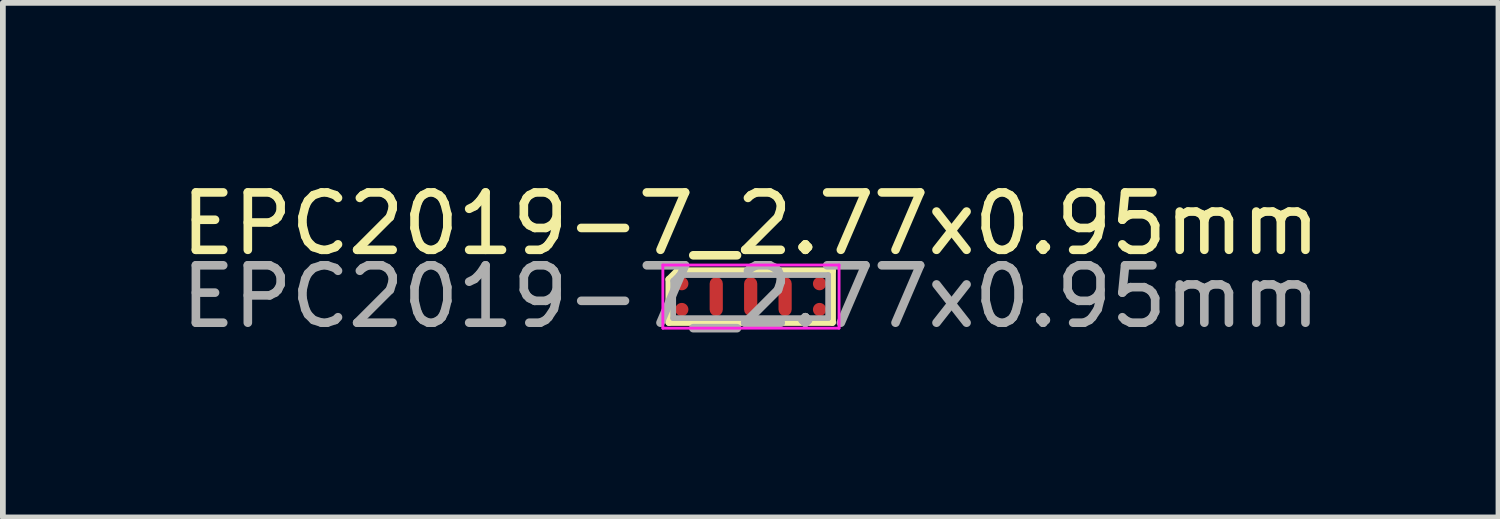
<source format=kicad_pcb>
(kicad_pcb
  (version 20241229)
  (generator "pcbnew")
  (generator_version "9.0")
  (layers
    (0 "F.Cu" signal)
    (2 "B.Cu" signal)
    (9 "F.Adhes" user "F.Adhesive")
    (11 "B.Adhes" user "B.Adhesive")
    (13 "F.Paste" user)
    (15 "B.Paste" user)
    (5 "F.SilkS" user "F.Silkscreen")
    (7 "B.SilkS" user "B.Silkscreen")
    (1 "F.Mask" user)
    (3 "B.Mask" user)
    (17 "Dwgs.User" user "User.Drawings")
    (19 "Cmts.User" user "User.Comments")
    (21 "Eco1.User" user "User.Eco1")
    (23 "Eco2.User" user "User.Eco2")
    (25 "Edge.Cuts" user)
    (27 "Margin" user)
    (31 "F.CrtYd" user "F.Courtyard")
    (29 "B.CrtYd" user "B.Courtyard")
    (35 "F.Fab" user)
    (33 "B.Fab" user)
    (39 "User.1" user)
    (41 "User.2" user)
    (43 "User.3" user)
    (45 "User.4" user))
  (footprint "EPC2019-7_2.77x0.95mm"
    (layer "F.Cu")
    (at 10.03 2.118)
    (property "Reference" "EPC2019-7_2.77x0.95mm" (at 0 -1.27 0) (layer "F.SilkS") (effects (font (size 1 1) (thickness 0.15))))
    (attr smd)
    (fp_line (start -1.425 -0.3) (end -1.275 -0.45) (stroke (width 0.12) (type default)) (layer "F.SilkS"))
    (fp_line (start -1.425 0.45) (end -1.425 -0.3) (stroke (width 0.12) (type default)) (layer "F.SilkS"))
    (fp_line (start -1.275 -0.45) (end 1.425 -0.45) (stroke (width 0.12) (type default)) (layer "F.SilkS"))
    (fp_line (start 1.425 -0.45) (end 1.425 0.45) (stroke (width 0.12) (type default)) (layer "F.SilkS"))
    (fp_line (start 1.425 0.45) (end -1.425 0.45) (stroke (width 0.12) (type default)) (layer "F.SilkS"))
    (fp_line (start -1.53 -0.55) (end -1.53 0.55) (stroke (width 0.05) (type default)) (layer "F.CrtYd"))
    (fp_line (start -1.53 0.55) (end 1.54 0.55) (stroke (width 0.05) (type default)) (layer "F.CrtYd"))
    (fp_line (start 1.54 -0.55) (end -1.53 -0.55) (stroke (width 0.05) (type default)) (layer "F.CrtYd"))
    (fp_line (start 1.54 0.55) (end 1.54 -0.55) (stroke (width 0.05) (type default)) (layer "F.CrtYd"))
    (fp_line (start -1.35 -0.275) (end -1.25 -0.375) (stroke (width 0.1) (type default)) (layer "F.Fab"))
    (fp_line (start -1.35 0.375) (end -1.35 -0.275) (stroke (width 0.1) (type default)) (layer "F.Fab"))
    (fp_line (start -1.25 -0.375) (end 1.35 -0.375) (stroke (width 0.1) (type default)) (layer "F.Fab"))
    (fp_line (start 1.35 -0.375) (end 1.35 0.375) (stroke (width 0.1) (type default)) (layer "F.Fab"))
    (fp_line (start 1.35 0.375) (end -1.35 0.375) (stroke (width 0.1) (type default)) (layer "F.Fab"))
    (fp_text user "${REFERENCE}" (at 0 0 0) (layer "F.Fab") (effects (font (size 1 1) (thickness 0.15))))
    (pad "1" smd circle (at -1.2 -0.225) (size 0.23 0.23) (property pad_prop_bga) (layers "F.Cu" "F.Mask" "F.Paste"))
    (pad "2" smd circle (at -1.2 0.225) (size 0.23 0.23) (property pad_prop_bga) (layers "F.Cu" "F.Mask" "F.Paste"))
    (pad "3" smd roundrect (at -0.6 0) (size 0.23 0.68) (property pad_prop_bga) (layers "F.Cu" "F.Mask" "F.Paste") (roundrect_rratio 0.5))
    (pad "4" smd roundrect (at 0 0) (size 0.23 0.68) (property pad_prop_bga) (layers "F.Cu" "F.Mask" "F.Paste") (roundrect_rratio 0.5))
    (pad "5" smd roundrect (at 0.6 0) (size 0.23 0.68) (property pad_prop_bga) (layers "F.Cu" "F.Mask" "F.Paste") (roundrect_rratio 0.5))
    (pad "6" smd circle (at 1.2 0.225) (size 0.23 0.23) (property pad_prop_bga) (layers "F.Cu" "F.Mask" "F.Paste"))
    (pad "7" smd circle (at 1.2 -0.225) (size 0.23 0.23) (property pad_prop_bga) (layers "F.Cu" "F.Mask" "F.Paste")))
  (gr_rect
    (start -3 -3)
    (end 23.06 5.966)
    (stroke (width 0.1) (type default))
    (fill no)
    (layer "Edge.Cuts")))
</source>
